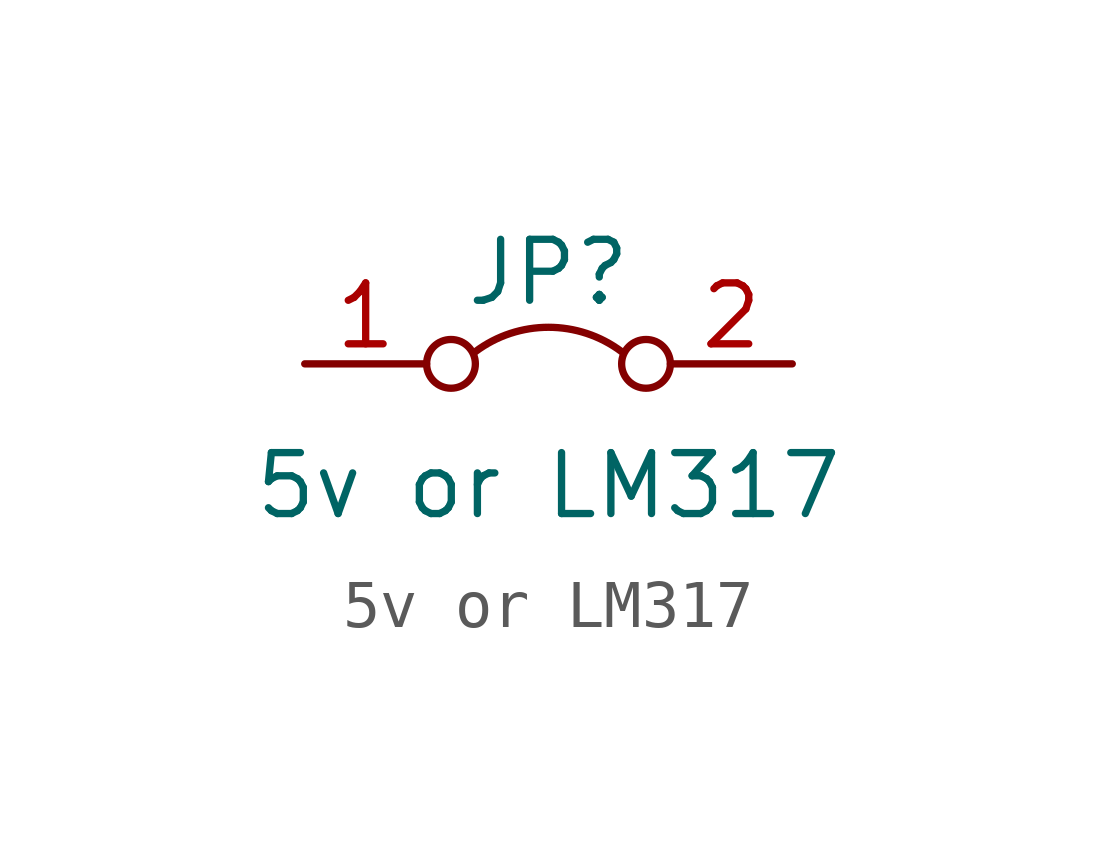
<source format=kicad_sym>
(kicad_symbol_lib
  (version 20211014)
  (generator kicad_symbol_editor)
  (symbol "5v or LM317"
    (pin_names
      (offset 0) hide)
    (property "Reference" "JP"
      (at 0 1.905 0)
      (effects (font (size 1.27 1.27))))
    (property "Value" "5v or LM317"
      (at 0 -2.54 0)
      (effects (font (size 1.27 1.27))))
    (symbol "5v or LM317_0_0"
      (circle (center -2.032 0) (radius 0.508) (stroke (width 0) (type default) (color 0 0 0 0)) (fill (type none)))
      (circle (center 2.032 0) (radius 0.508) (stroke (width 0) (type default) (color 0 0 0 0)) (fill (type none))))
    (symbol "5v or LM317_0_1"
      (arc (start 1.524 0.254) (mid 0 0.762) (end -1.524 0.254) (stroke (width 0) (type default) (color 0 0 0 0)) (fill (type none))))
    (symbol "5v or LM317_1_1"
      (pin passive line (at -5.08 0 0) (length 2.54) (name "A" (effects (font (size 1.27 1.27)))) (number "1" (effects (font (size 1.27 1.27)))))
      (pin passive line (at 5.08 0 180) (length 2.54) (name "B" (effects (font (size 1.27 1.27)))) (number "2" (effects (font (size 1.27 1.27))))))))
</source>
